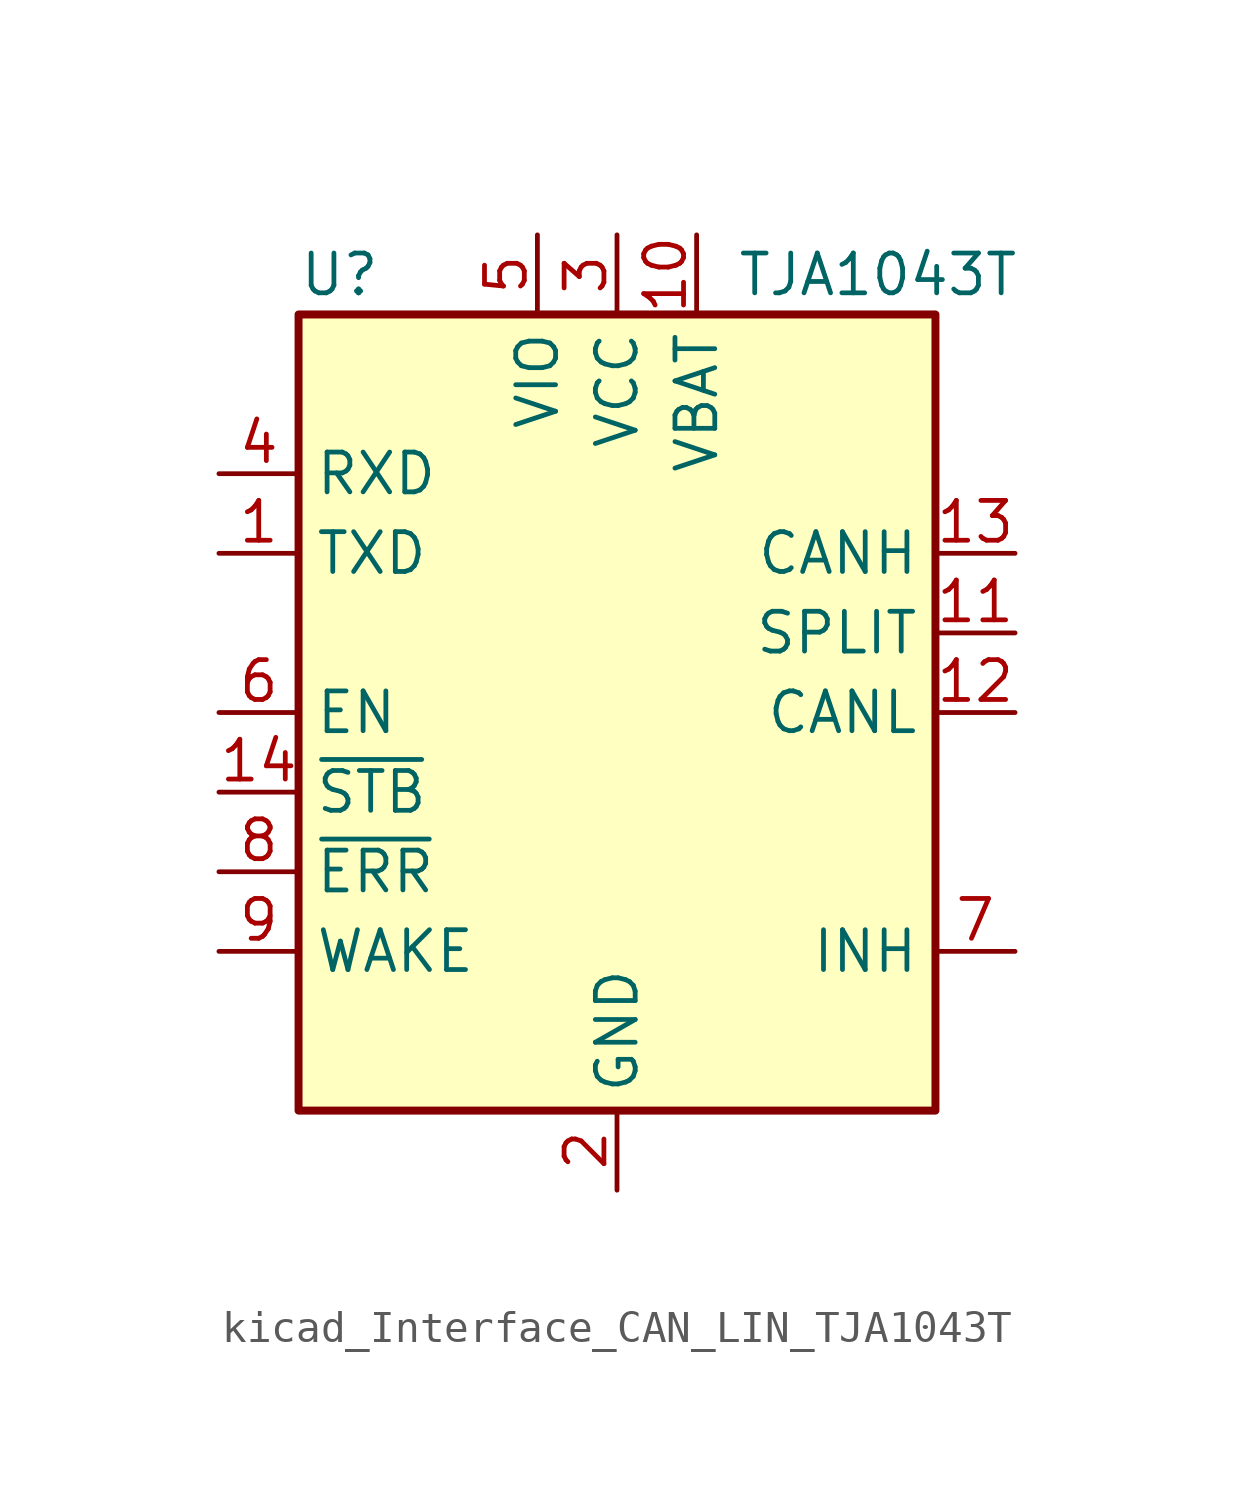
<source format=kicad_sym>
(kicad_symbol_lib
  (version 20220914)
  (generator kicad_symbol_editor)
  (symbol "kicad_Interface_CAN_LIN_TJA1043T"
    (property "Reference" "U"
      (at -10.16 13.97 0)
      (effects (font (size 1.27 1.27)) (justify left)))
    (property "Value" "TJA1043T"
      (at 3.81 13.97 0)
      (effects (font (size 1.27 1.27)) (justify left)))
    (symbol "kicad_Interface_CAN_LIN_TJA1043T_0_1"
      (rectangle (start -10.16 12.7) (end 10.16 -12.7) (stroke (width 0.254) (type default)) (fill (type background))))
    (symbol "kicad_Interface_CAN_LIN_TJA1043T_1_1"
      (pin input line (at -12.7 5.08 0) (length 2.54) (name "TXD" (effects (font (size 1.27 1.27)))) (number "1" (effects (font (size 1.27 1.27)))))
      (pin power_in line (at 2.54 15.24 270) (length 2.54) (name "VBAT" (effects (font (size 1.27 1.27)))) (number "10" (effects (font (size 1.27 1.27)))))
      (pin output line (at 12.7 2.54 180) (length 2.54) (name "SPLIT" (effects (font (size 1.27 1.27)))) (number "11" (effects (font (size 1.27 1.27)))))
      (pin bidirectional line (at 12.7 0 180) (length 2.54) (name "CANL" (effects (font (size 1.27 1.27)))) (number "12" (effects (font (size 1.27 1.27)))))
      (pin bidirectional line (at 12.7 5.08 180) (length 2.54) (name "CANH" (effects (font (size 1.27 1.27)))) (number "13" (effects (font (size 1.27 1.27)))))
      (pin input line (at -12.7 -2.54 0) (length 2.54) (name "~{STB}" (effects (font (size 1.27 1.27)))) (number "14" (effects (font (size 1.27 1.27)))))
      (pin power_in line (at 0 -15.24 90) (length 2.54) (name "GND" (effects (font (size 1.27 1.27)))) (number "2" (effects (font (size 1.27 1.27)))))
      (pin power_in line (at 0 15.24 270) (length 2.54) (name "VCC" (effects (font (size 1.27 1.27)))) (number "3" (effects (font (size 1.27 1.27)))))
      (pin output line (at -12.7 7.62 0) (length 2.54) (name "RXD" (effects (font (size 1.27 1.27)))) (number "4" (effects (font (size 1.27 1.27)))))
      (pin power_in line (at -2.54 15.24 270) (length 2.54) (name "VIO" (effects (font (size 1.27 1.27)))) (number "5" (effects (font (size 1.27 1.27)))))
      (pin input line (at -12.7 0 0) (length 2.54) (name "EN" (effects (font (size 1.27 1.27)))) (number "6" (effects (font (size 1.27 1.27)))))
      (pin open_emitter line (at 12.7 -7.62 180) (length 2.54) (name "INH" (effects (font (size 1.27 1.27)))) (number "7" (effects (font (size 1.27 1.27)))))
      (pin output line (at -12.7 -5.08 0) (length 2.54) (name "~{ERR}" (effects (font (size 1.27 1.27)))) (number "8" (effects (font (size 1.27 1.27)))))
      (pin input line (at -12.7 -7.62 0) (length 2.54) (name "WAKE" (effects (font (size 1.27 1.27)))) (number "9" (effects (font (size 1.27 1.27))))))))
</source>
